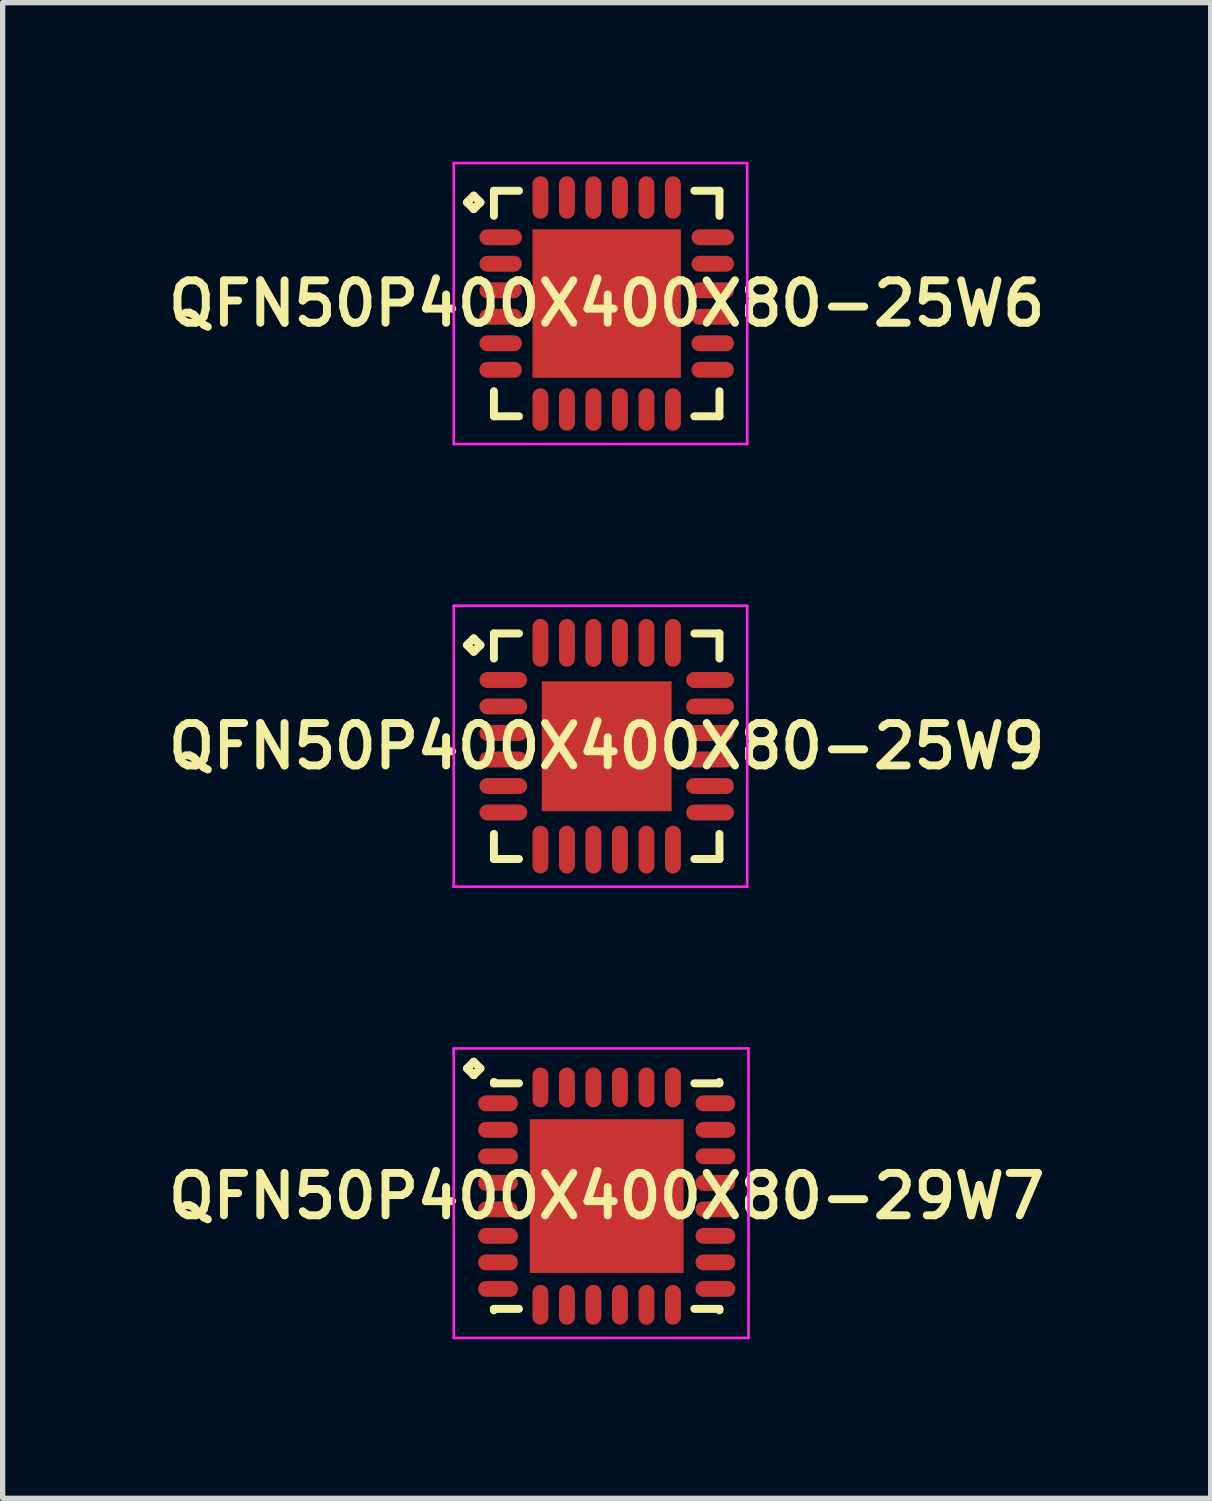
<source format=kicad_pcb>
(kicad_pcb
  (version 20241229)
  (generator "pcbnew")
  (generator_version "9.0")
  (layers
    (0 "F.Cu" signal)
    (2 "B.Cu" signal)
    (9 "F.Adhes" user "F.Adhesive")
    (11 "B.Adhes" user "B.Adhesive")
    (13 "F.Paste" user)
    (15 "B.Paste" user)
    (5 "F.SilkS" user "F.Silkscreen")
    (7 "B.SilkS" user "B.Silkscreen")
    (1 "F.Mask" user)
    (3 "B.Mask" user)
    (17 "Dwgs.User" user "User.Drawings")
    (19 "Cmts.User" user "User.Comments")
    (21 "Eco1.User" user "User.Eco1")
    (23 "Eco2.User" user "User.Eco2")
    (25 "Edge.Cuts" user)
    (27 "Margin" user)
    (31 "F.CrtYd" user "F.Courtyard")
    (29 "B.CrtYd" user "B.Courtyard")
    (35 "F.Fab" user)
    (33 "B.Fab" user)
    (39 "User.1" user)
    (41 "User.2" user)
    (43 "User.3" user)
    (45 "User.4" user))
  (footprint "QFN50P400X400X80-25W6"
    (layer "F.Cu")
    (at 8.393 2.675)
    (property "Reference" "QFN50P400X400X80-25W6" (at 0 0 0) (layer "F.SilkS") (effects (font (size 0.8 0.8) (thickness 0.15))))
    (attr smd)
    (fp_line (start -2.635 -1.908) (end -2.508 -2.035) (stroke (width 0.15) (type solid)) (layer "F.SilkS"))
    (fp_line (start -2.508 -2.035) (end -2.381 -1.908) (stroke (width 0.15) (type solid)) (layer "F.SilkS"))
    (fp_line (start -2.508 -1.781) (end -2.635 -1.908) (stroke (width 0.15) (type solid)) (layer "F.SilkS"))
    (fp_line (start -2.381 -1.908) (end -2.508 -1.781) (stroke (width 0.15) (type solid)) (layer "F.SilkS"))
    (fp_line (start -2.127 -2.127) (end -1.654 -2.127) (stroke (width 0.15) (type solid)) (layer "F.SilkS"))
    (fp_line (start -2.127 -1.654) (end -2.127 -2.127) (stroke (width 0.15) (type solid)) (layer "F.SilkS"))
    (fp_line (start -2.127 1.654) (end -2.127 2.127) (stroke (width 0.15) (type solid)) (layer "F.SilkS"))
    (fp_line (start -2.127 2.127) (end -1.654 2.127) (stroke (width 0.15) (type solid)) (layer "F.SilkS"))
    (fp_line (start 1.654 -2.127) (end 2.127 -2.127) (stroke (width 0.15) (type solid)) (layer "F.SilkS"))
    (fp_line (start 1.654 2.127) (end 2.127 2.127) (stroke (width 0.15) (type solid)) (layer "F.SilkS"))
    (fp_line (start 2.127 -2.127) (end 2.127 -1.654) (stroke (width 0.15) (type solid)) (layer "F.SilkS"))
    (fp_line (start 2.127 2.127) (end 2.127 1.654) (stroke (width 0.15) (type solid)) (layer "F.SilkS"))
    (fp_line (start -2.885 -2.65) (end 2.65 -2.65) (stroke (width 0.05) (type solid)) (layer "F.CrtYd"))
    (fp_line (start -2.885 2.65) (end -2.885 -2.65) (stroke (width 0.05) (type solid)) (layer "F.CrtYd"))
    (fp_line (start 2.65 -2.65) (end 2.65 2.65) (stroke (width 0.05) (type solid)) (layer "F.CrtYd"))
    (fp_line (start 2.65 2.65) (end -2.885 2.65) (stroke (width 0.05) (type solid)) (layer "F.CrtYd"))
    (pad "1" smd oval (at -2 -1.25) (size 0.8 0.3) (layers "F.Cu" "F.Mask" "F.Paste"))
    (pad "2" smd oval (at -2 -0.75) (size 0.8 0.3) (layers "F.Cu" "F.Mask" "F.Paste"))
    (pad "3" smd oval (at -2 -0.25) (size 0.8 0.3) (layers "F.Cu" "F.Mask" "F.Paste"))
    (pad "4" smd oval (at -2 0.25) (size 0.8 0.3) (layers "F.Cu" "F.Mask" "F.Paste"))
    (pad "5" smd oval (at -2 0.75) (size 0.8 0.3) (layers "F.Cu" "F.Mask" "F.Paste"))
    (pad "6" smd oval (at -2 1.25) (size 0.8 0.3) (layers "F.Cu" "F.Mask" "F.Paste"))
    (pad "7" smd oval (at -1.25 2) (size 0.3 0.8) (layers "F.Cu" "F.Mask" "F.Paste"))
    (pad "8" smd oval (at -0.75 2) (size 0.3 0.8) (layers "F.Cu" "F.Mask" "F.Paste"))
    (pad "9" smd oval (at -0.25 2) (size 0.3 0.8) (layers "F.Cu" "F.Mask" "F.Paste"))
    (pad "10" smd oval (at 0.25 2) (size 0.3 0.8) (layers "F.Cu" "F.Mask" "F.Paste"))
    (pad "11" smd oval (at 0.75 2) (size 0.3 0.8) (layers "F.Cu" "F.Mask" "F.Paste"))
    (pad "12" smd oval (at 1.25 2) (size 0.3 0.8) (layers "F.Cu" "F.Mask" "F.Paste"))
    (pad "13" smd oval (at 2 1.25) (size 0.8 0.3) (layers "F.Cu" "F.Mask" "F.Paste"))
    (pad "14" smd oval (at 2 0.75) (size 0.8 0.3) (layers "F.Cu" "F.Mask" "F.Paste"))
    (pad "15" smd oval (at 2 0.25) (size 0.8 0.3) (layers "F.Cu" "F.Mask" "F.Paste"))
    (pad "16" smd oval (at 2 -0.25) (size 0.8 0.3) (layers "F.Cu" "F.Mask" "F.Paste"))
    (pad "17" smd oval (at 2 -0.75) (size 0.8 0.3) (layers "F.Cu" "F.Mask" "F.Paste"))
    (pad "18" smd oval (at 2 -1.25) (size 0.8 0.3) (layers "F.Cu" "F.Mask" "F.Paste"))
    (pad "19" smd oval (at 1.25 -2) (size 0.3 0.8) (layers "F.Cu" "F.Mask" "F.Paste"))
    (pad "20" smd oval (at 0.75 -2) (size 0.3 0.8) (layers "F.Cu" "F.Mask" "F.Paste"))
    (pad "21" smd oval (at 0.25 -2) (size 0.3 0.8) (layers "F.Cu" "F.Mask" "F.Paste"))
    (pad "22" smd oval (at -0.25 -2) (size 0.3 0.8) (layers "F.Cu" "F.Mask" "F.Paste"))
    (pad "23" smd oval (at -0.75 -2) (size 0.3 0.8) (layers "F.Cu" "F.Mask" "F.Paste"))
    (pad "24" smd oval (at -1.25 -2) (size 0.3 0.8) (layers "F.Cu" "F.Mask" "F.Paste"))
    (pad "25" smd rect (at 0 0) (size 2.8 2.8) (layers "F.Cu" "F.Mask" "F.Paste")))
  (footprint "QFN50P400X400X80-25W9"
    (layer "F.Cu")
    (at 8.393 11.025)
    (property "Reference" "QFN50P400X400X80-25W9" (at 0 0 0) (layer "F.SilkS") (effects (font (size 0.8 0.8) (thickness 0.15))))
    (attr smd)
    (fp_line (start -2.635 -1.908) (end -2.508 -2.035) (stroke (width 0.15) (type solid)) (layer "F.SilkS"))
    (fp_line (start -2.508 -2.035) (end -2.381 -1.908) (stroke (width 0.15) (type solid)) (layer "F.SilkS"))
    (fp_line (start -2.508 -1.781) (end -2.635 -1.908) (stroke (width 0.15) (type solid)) (layer "F.SilkS"))
    (fp_line (start -2.381 -1.908) (end -2.508 -1.781) (stroke (width 0.15) (type solid)) (layer "F.SilkS"))
    (fp_line (start -2.127 -2.127) (end -1.654 -2.127) (stroke (width 0.15) (type solid)) (layer "F.SilkS"))
    (fp_line (start -2.127 -1.654) (end -2.127 -2.127) (stroke (width 0.15) (type solid)) (layer "F.SilkS"))
    (fp_line (start -2.127 1.654) (end -2.127 2.127) (stroke (width 0.15) (type solid)) (layer "F.SilkS"))
    (fp_line (start -2.127 2.127) (end -1.654 2.127) (stroke (width 0.15) (type solid)) (layer "F.SilkS"))
    (fp_line (start 1.654 -2.127) (end 2.127 -2.127) (stroke (width 0.15) (type solid)) (layer "F.SilkS"))
    (fp_line (start 1.654 2.127) (end 2.127 2.127) (stroke (width 0.15) (type solid)) (layer "F.SilkS"))
    (fp_line (start 2.127 -2.127) (end 2.127 -1.654) (stroke (width 0.15) (type solid)) (layer "F.SilkS"))
    (fp_line (start 2.127 2.127) (end 2.127 1.654) (stroke (width 0.15) (type solid)) (layer "F.SilkS"))
    (fp_line (start -2.885 -2.65) (end 2.65 -2.65) (stroke (width 0.05) (type solid)) (layer "F.CrtYd"))
    (fp_line (start -2.885 2.65) (end -2.885 -2.65) (stroke (width 0.05) (type solid)) (layer "F.CrtYd"))
    (fp_line (start 2.65 -2.65) (end 2.65 2.65) (stroke (width 0.05) (type solid)) (layer "F.CrtYd"))
    (fp_line (start 2.65 2.65) (end -2.885 2.65) (stroke (width 0.05) (type solid)) (layer "F.CrtYd"))
    (pad "1" smd oval (at -1.95 -1.25) (size 0.9 0.3) (layers "F.Cu" "F.Mask" "F.Paste"))
    (pad "2" smd oval (at -1.95 -0.75) (size 0.9 0.3) (layers "F.Cu" "F.Mask" "F.Paste"))
    (pad "3" smd oval (at -1.95 -0.25) (size 0.9 0.3) (layers "F.Cu" "F.Mask" "F.Paste"))
    (pad "4" smd oval (at -1.95 0.25) (size 0.9 0.3) (layers "F.Cu" "F.Mask" "F.Paste"))
    (pad "5" smd oval (at -1.95 0.75) (size 0.9 0.3) (layers "F.Cu" "F.Mask" "F.Paste"))
    (pad "6" smd oval (at -1.95 1.25) (size 0.9 0.3) (layers "F.Cu" "F.Mask" "F.Paste"))
    (pad "7" smd oval (at -1.25 1.95) (size 0.3 0.9) (layers "F.Cu" "F.Mask" "F.Paste"))
    (pad "8" smd oval (at -0.75 1.95) (size 0.3 0.9) (layers "F.Cu" "F.Mask" "F.Paste"))
    (pad "9" smd oval (at -0.25 1.95) (size 0.3 0.9) (layers "F.Cu" "F.Mask" "F.Paste"))
    (pad "10" smd oval (at 0.25 1.95) (size 0.3 0.9) (layers "F.Cu" "F.Mask" "F.Paste"))
    (pad "11" smd oval (at 0.75 1.95) (size 0.3 0.9) (layers "F.Cu" "F.Mask" "F.Paste"))
    (pad "12" smd oval (at 1.25 1.95) (size 0.3 0.9) (layers "F.Cu" "F.Mask" "F.Paste"))
    (pad "13" smd oval (at 1.95 1.25) (size 0.9 0.3) (layers "F.Cu" "F.Mask" "F.Paste"))
    (pad "14" smd oval (at 1.95 0.75) (size 0.9 0.3) (layers "F.Cu" "F.Mask" "F.Paste"))
    (pad "15" smd oval (at 1.95 0.25) (size 0.9 0.3) (layers "F.Cu" "F.Mask" "F.Paste"))
    (pad "16" smd oval (at 1.95 -0.25) (size 0.9 0.3) (layers "F.Cu" "F.Mask" "F.Paste"))
    (pad "17" smd oval (at 1.95 -0.75) (size 0.9 0.3) (layers "F.Cu" "F.Mask" "F.Paste"))
    (pad "18" smd oval (at 1.95 -1.25) (size 0.9 0.3) (layers "F.Cu" "F.Mask" "F.Paste"))
    (pad "19" smd oval (at 1.25 -1.95) (size 0.3 0.9) (layers "F.Cu" "F.Mask" "F.Paste"))
    (pad "20" smd oval (at 0.75 -1.95) (size 0.3 0.9) (layers "F.Cu" "F.Mask" "F.Paste"))
    (pad "21" smd oval (at 0.25 -1.95) (size 0.3 0.9) (layers "F.Cu" "F.Mask" "F.Paste"))
    (pad "22" smd oval (at -0.25 -1.95) (size 0.3 0.9) (layers "F.Cu" "F.Mask" "F.Paste"))
    (pad "23" smd oval (at -0.75 -1.95) (size 0.3 0.9) (layers "F.Cu" "F.Mask" "F.Paste"))
    (pad "24" smd oval (at -1.25 -1.95) (size 0.3 0.9) (layers "F.Cu" "F.Mask" "F.Paste"))
    (pad "25" smd rect (at 0 0) (size 2.45 2.45) (layers "F.Cu" "F.Mask" "F.Paste")))
  (footprint "QFN50P400X400X80-29W7"
    (layer "F.Cu")
    (at 8.393 19.51)
    (property "Reference" "QFN50P400X400X80-29W7" (at 0 0 0) (layer "F.SilkS") (effects (font (size 0.8 0.8) (thickness 0.15))))
    (attr smd)
    (fp_line (start -2.635 -2.408) (end -2.508 -2.535) (stroke (width 0.15) (type solid)) (layer "F.SilkS"))
    (fp_line (start -2.508 -2.535) (end -2.381 -2.408) (stroke (width 0.15) (type solid)) (layer "F.SilkS"))
    (fp_line (start -2.508 -2.281) (end -2.635 -2.408) (stroke (width 0.15) (type solid)) (layer "F.SilkS"))
    (fp_line (start -2.381 -2.408) (end -2.508 -2.281) (stroke (width 0.15) (type solid)) (layer "F.SilkS"))
    (fp_line (start -2.127 -2.154) (end -2.127 -2.127) (stroke (width 0.15) (type solid)) (layer "F.SilkS"))
    (fp_line (start -2.127 -2.127) (end -1.654 -2.127) (stroke (width 0.15) (type solid)) (layer "F.SilkS"))
    (fp_line (start -2.127 2.127) (end -1.654 2.127) (stroke (width 0.15) (type solid)) (layer "F.SilkS"))
    (fp_line (start -2.127 2.154) (end -2.127 2.127) (stroke (width 0.15) (type solid)) (layer "F.SilkS"))
    (fp_line (start 1.654 -2.127) (end 2.127 -2.127) (stroke (width 0.15) (type solid)) (layer "F.SilkS"))
    (fp_line (start 1.654 2.127) (end 2.127 2.127) (stroke (width 0.15) (type solid)) (layer "F.SilkS"))
    (fp_line (start 2.127 -2.127) (end 2.127 -2.154) (stroke (width 0.15) (type solid)) (layer "F.SilkS"))
    (fp_line (start 2.127 2.127) (end 2.127 2.154) (stroke (width 0.15) (type solid)) (layer "F.SilkS"))
    (fp_line (start -2.885 -2.785) (end 2.675 -2.785) (stroke (width 0.05) (type solid)) (layer "F.CrtYd"))
    (fp_line (start -2.885 2.675) (end -2.885 -2.785) (stroke (width 0.05) (type solid)) (layer "F.CrtYd"))
    (fp_line (start 2.675 -2.785) (end 2.675 2.675) (stroke (width 0.05) (type solid)) (layer "F.CrtYd"))
    (fp_line (start 2.675 2.675) (end -2.885 2.675) (stroke (width 0.05) (type solid)) (layer "F.CrtYd"))
    (pad "1" smd oval (at -2.05 -1.75) (size 0.75 0.3) (layers "F.Cu" "F.Mask" "F.Paste"))
    (pad "2" smd oval (at -2.05 -1.25) (size 0.75 0.3) (layers "F.Cu" "F.Mask" "F.Paste"))
    (pad "3" smd oval (at -2.05 -0.75) (size 0.75 0.3) (layers "F.Cu" "F.Mask" "F.Paste"))
    (pad "4" smd oval (at -2.05 -0.25) (size 0.75 0.3) (layers "F.Cu" "F.Mask" "F.Paste"))
    (pad "5" smd oval (at -2.05 0.25) (size 0.75 0.3) (layers "F.Cu" "F.Mask" "F.Paste"))
    (pad "6" smd oval (at -2.05 0.75) (size 0.75 0.3) (layers "F.Cu" "F.Mask" "F.Paste"))
    (pad "7" smd oval (at -2.05 1.25) (size 0.75 0.3) (layers "F.Cu" "F.Mask" "F.Paste"))
    (pad "8" smd oval (at -2.05 1.75) (size 0.75 0.3) (layers "F.Cu" "F.Mask" "F.Paste"))
    (pad "9" smd oval (at -1.25 2.05) (size 0.3 0.75) (layers "F.Cu" "F.Mask" "F.Paste"))
    (pad "10" smd oval (at -0.75 2.05) (size 0.3 0.75) (layers "F.Cu" "F.Mask" "F.Paste"))
    (pad "11" smd oval (at -0.25 2.05) (size 0.3 0.75) (layers "F.Cu" "F.Mask" "F.Paste"))
    (pad "12" smd oval (at 0.25 2.05) (size 0.3 0.75) (layers "F.Cu" "F.Mask" "F.Paste"))
    (pad "13" smd oval (at 0.75 2.05) (size 0.3 0.75) (layers "F.Cu" "F.Mask" "F.Paste"))
    (pad "14" smd oval (at 1.25 2.05) (size 0.3 0.75) (layers "F.Cu" "F.Mask" "F.Paste"))
    (pad "15" smd oval (at 2.05 1.75) (size 0.75 0.3) (layers "F.Cu" "F.Mask" "F.Paste"))
    (pad "16" smd oval (at 2.05 1.25) (size 0.75 0.3) (layers "F.Cu" "F.Mask" "F.Paste"))
    (pad "17" smd oval (at 2.05 0.75) (size 0.75 0.3) (layers "F.Cu" "F.Mask" "F.Paste"))
    (pad "18" smd oval (at 2.05 0.25) (size 0.75 0.3) (layers "F.Cu" "F.Mask" "F.Paste"))
    (pad "19" smd oval (at 2.05 -0.25) (size 0.75 0.3) (layers "F.Cu" "F.Mask" "F.Paste"))
    (pad "20" smd oval (at 2.05 -0.75) (size 0.75 0.3) (layers "F.Cu" "F.Mask" "F.Paste"))
    (pad "21" smd oval (at 2.05 -1.25) (size 0.75 0.3) (layers "F.Cu" "F.Mask" "F.Paste"))
    (pad "22" smd oval (at 2.05 -1.75) (size 0.75 0.3) (layers "F.Cu" "F.Mask" "F.Paste"))
    (pad "23" smd oval (at 1.25 -2.05) (size 0.3 0.75) (layers "F.Cu" "F.Mask" "F.Paste"))
    (pad "24" smd oval (at 0.75 -2.05) (size 0.3 0.75) (layers "F.Cu" "F.Mask" "F.Paste"))
    (pad "25" smd oval (at 0.25 -2.05) (size 0.3 0.75) (layers "F.Cu" "F.Mask" "F.Paste"))
    (pad "26" smd oval (at -0.25 -2.05) (size 0.3 0.75) (layers "F.Cu" "F.Mask" "F.Paste"))
    (pad "27" smd oval (at -0.75 -2.05) (size 0.3 0.75) (layers "F.Cu" "F.Mask" "F.Paste"))
    (pad "28" smd oval (at -1.25 -2.05) (size 0.3 0.75) (layers "F.Cu" "F.Mask" "F.Paste"))
    (pad "29" smd rect (at 0 0) (size 2.9 2.9) (layers "F.Cu" "F.Mask" "F.Paste")))
  (gr_rect
    (start -3 -3)
    (end 19.785 25.21)
    (stroke (width 0.1) (type default))
    (fill no)
    (layer "Edge.Cuts")))
</source>
